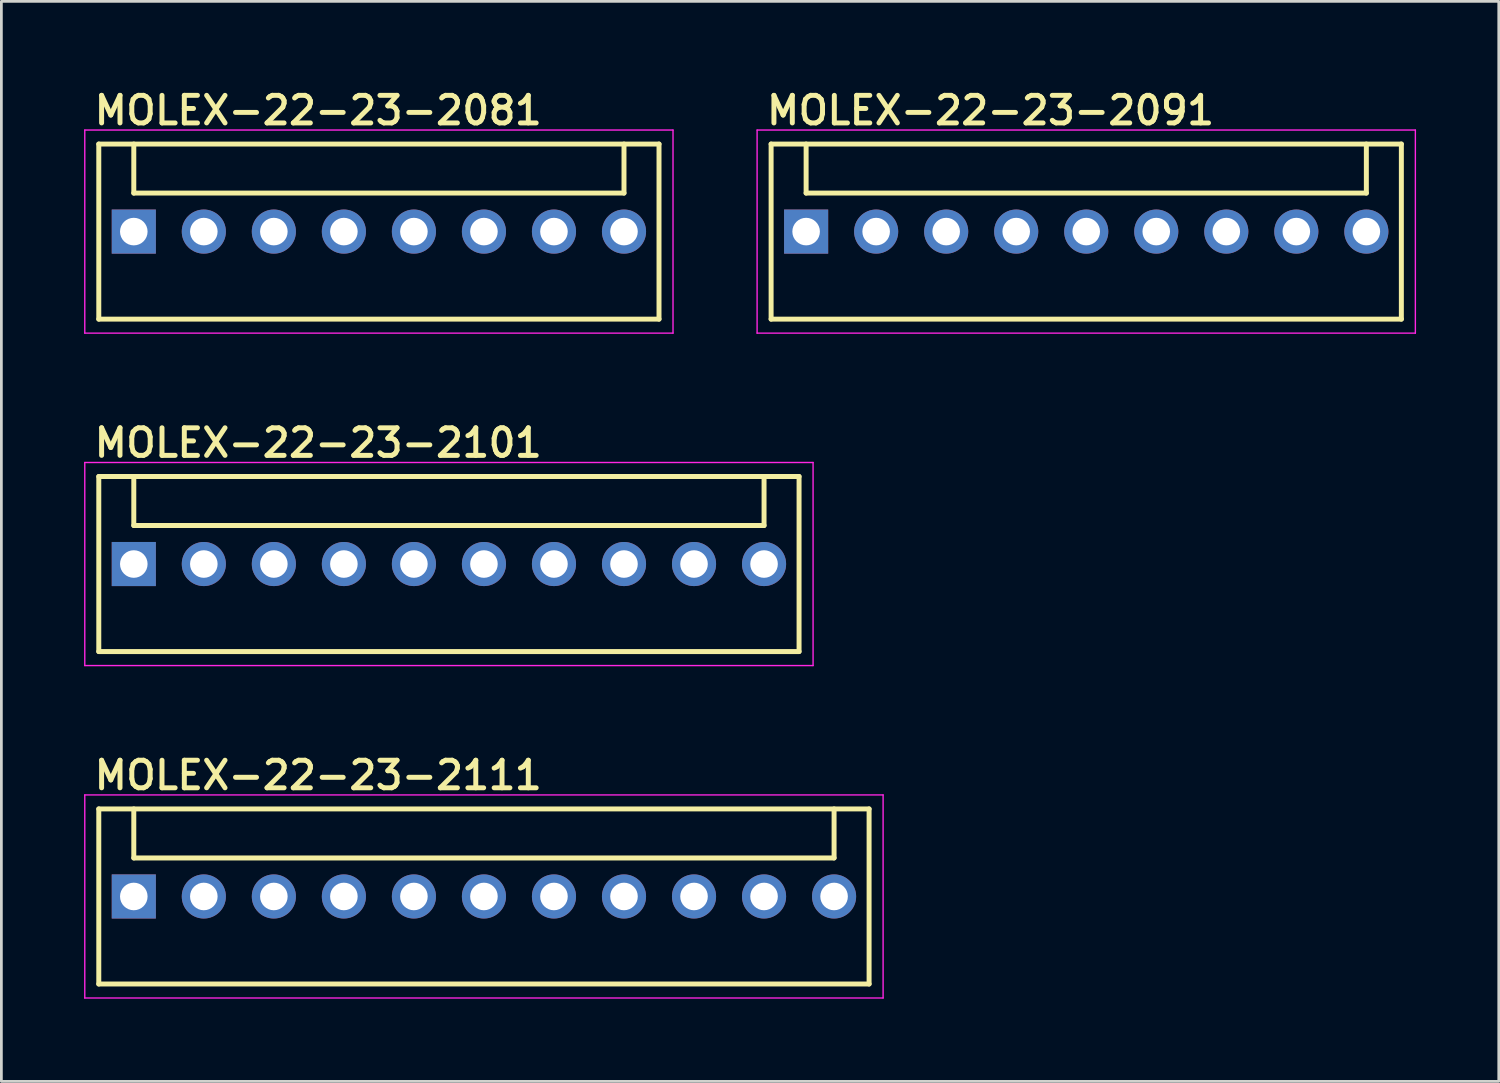
<source format=kicad_pcb>
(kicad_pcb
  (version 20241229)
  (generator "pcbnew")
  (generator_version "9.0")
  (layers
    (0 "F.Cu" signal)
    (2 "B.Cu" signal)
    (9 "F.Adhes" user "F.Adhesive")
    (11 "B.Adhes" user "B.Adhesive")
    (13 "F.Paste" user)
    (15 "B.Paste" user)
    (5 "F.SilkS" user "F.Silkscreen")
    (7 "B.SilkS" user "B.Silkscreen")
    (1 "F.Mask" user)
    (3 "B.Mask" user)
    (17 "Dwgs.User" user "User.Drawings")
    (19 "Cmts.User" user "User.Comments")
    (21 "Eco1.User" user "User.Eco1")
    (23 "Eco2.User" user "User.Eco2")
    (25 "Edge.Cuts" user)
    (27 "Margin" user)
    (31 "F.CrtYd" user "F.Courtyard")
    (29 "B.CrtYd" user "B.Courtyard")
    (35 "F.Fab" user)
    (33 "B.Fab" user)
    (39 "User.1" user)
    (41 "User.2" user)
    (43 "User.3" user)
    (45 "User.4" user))
  (footprint "MOLEX-22-23-2111"
    (layer "F.Cu")
    (at 14.503 29.466)
    (property "Reference" "MOLEX-22-23-2111" (at -14.224 -3.81 0) (layer "F.SilkS") (effects (font (size 1 1) (thickness 0.18)) (justify left bottom)))
    (attr through_hole)
    (fp_line (start -13.97 -3.175) (end 13.97 -3.175) (stroke (width 0.18) (type solid)) (layer "F.SilkS"))
    (fp_line (start -13.97 3.175) (end -13.97 -3.175) (stroke (width 0.18) (type solid)) (layer "F.SilkS"))
    (fp_line (start -12.7 -1.397) (end -12.7 -3.175) (stroke (width 0.18) (type solid)) (layer "F.SilkS"))
    (fp_line (start -12.7 -1.397) (end 12.7 -1.397) (stroke (width 0.18) (type solid)) (layer "F.SilkS"))
    (fp_line (start 12.7 -1.397) (end 12.7 -3.175) (stroke (width 0.18) (type solid)) (layer "F.SilkS"))
    (fp_line (start 13.97 -3.175) (end 13.97 3.175) (stroke (width 0.18) (type solid)) (layer "F.SilkS"))
    (fp_line (start 13.97 3.175) (end -13.97 3.175) (stroke (width 0.18) (type solid)) (layer "F.SilkS"))
    (fp_line (start -14.478 -3.683) (end 14.478 -3.683) (stroke (width 0.05) (type solid)) (layer "F.CrtYd"))
    (fp_line (start -14.478 3.683) (end -14.478 -3.683) (stroke (width 0.05) (type solid)) (layer "F.CrtYd"))
    (fp_line (start 14.478 -3.683) (end 14.478 3.683) (stroke (width 0.05) (type solid)) (layer "F.CrtYd"))
    (fp_line (start 14.478 3.683) (end -14.478 3.683) (stroke (width 0.05) (type solid)) (layer "F.CrtYd"))
    (pad "1" thru_hole rect (at -12.7 0) (size 1.6 1.6) (drill 1) (layers "*.Cu" "*.Mask"))
    (pad "2" thru_hole circle (at -10.16 0 90) (size 1.6 1.6) (drill 1) (layers "*.Cu" "*.Mask"))
    (pad "3" thru_hole circle (at -7.62 0 90) (size 1.6 1.6) (drill 1) (layers "*.Cu" "*.Mask"))
    (pad "4" thru_hole circle (at -5.08 0 90) (size 1.6 1.6) (drill 1) (layers "*.Cu" "*.Mask"))
    (pad "5" thru_hole circle (at -2.54 0 90) (size 1.6 1.6) (drill 1) (layers "*.Cu" "*.Mask"))
    (pad "6" thru_hole circle (at 0 0 90) (size 1.6 1.6) (drill 1) (layers "*.Cu" "*.Mask"))
    (pad "7" thru_hole circle (at 2.54 0 90) (size 1.6 1.6) (drill 1) (layers "*.Cu" "*.Mask"))
    (pad "8" thru_hole circle (at 5.08 0 90) (size 1.6 1.6) (drill 1) (layers "*.Cu" "*.Mask"))
    (pad "9" thru_hole circle (at 7.62 0 90) (size 1.6 1.6) (drill 1) (layers "*.Cu" "*.Mask"))
    (pad "10" thru_hole circle (at 10.16 0 90) (size 1.6 1.6) (drill 1) (layers "*.Cu" "*.Mask"))
    (pad "11" thru_hole circle (at 12.7 0 90) (size 1.6 1.6) (drill 1) (layers "*.Cu" "*.Mask")))
  (footprint "MOLEX-22-23-2081"
    (layer "F.Cu")
    (at 10.693 5.35)
    (property "Reference" "MOLEX-22-23-2081" (at -10.414 -3.81 0) (layer "F.SilkS") (effects (font (size 1 1) (thickness 0.18)) (justify left bottom)))
    (attr through_hole)
    (fp_line (start -10.16 3.175) (end -10.16 -3.175) (stroke (width 0.18) (type solid)) (layer "F.SilkS"))
    (fp_line (start -8.89 -1.397) (end -8.89 -3.175) (stroke (width 0.18) (type solid)) (layer "F.SilkS"))
    (fp_line (start -8.89 -1.397) (end 8.89 -1.397) (stroke (width 0.18) (type solid)) (layer "F.SilkS"))
    (fp_line (start 8.89 -1.397) (end 8.89 -3.175) (stroke (width 0.18) (type solid)) (layer "F.SilkS"))
    (fp_line (start 10.16 -3.175) (end -10.16 -3.175) (stroke (width 0.18) (type solid)) (layer "F.SilkS"))
    (fp_line (start 10.16 -3.175) (end 10.16 3.175) (stroke (width 0.18) (type solid)) (layer "F.SilkS"))
    (fp_line (start 10.16 3.175) (end -10.16 3.175) (stroke (width 0.18) (type solid)) (layer "F.SilkS"))
    (fp_line (start -10.668 -3.683) (end 10.668 -3.683) (stroke (width 0.05) (type solid)) (layer "F.CrtYd"))
    (fp_line (start -10.668 3.683) (end -10.668 -3.683) (stroke (width 0.05) (type solid)) (layer "F.CrtYd"))
    (fp_line (start 10.668 -3.683) (end 10.668 3.683) (stroke (width 0.05) (type solid)) (layer "F.CrtYd"))
    (fp_line (start 10.668 3.683) (end -10.668 3.683) (stroke (width 0.05) (type solid)) (layer "F.CrtYd"))
    (pad "1" thru_hole rect (at -8.89 0) (size 1.6 1.6) (drill 1) (layers "*.Cu" "*.Mask"))
    (pad "2" thru_hole circle (at -6.35 0 90) (size 1.6 1.6) (drill 1) (layers "*.Cu" "*.Mask"))
    (pad "3" thru_hole circle (at -3.81 0 90) (size 1.6 1.6) (drill 1) (layers "*.Cu" "*.Mask"))
    (pad "4" thru_hole circle (at -1.27 0 90) (size 1.6 1.6) (drill 1) (layers "*.Cu" "*.Mask"))
    (pad "5" thru_hole circle (at 1.27 0 90) (size 1.6 1.6) (drill 1) (layers "*.Cu" "*.Mask"))
    (pad "6" thru_hole circle (at 3.81 0 90) (size 1.6 1.6) (drill 1) (layers "*.Cu" "*.Mask"))
    (pad "7" thru_hole circle (at 6.35 0 90) (size 1.6 1.6) (drill 1) (layers "*.Cu" "*.Mask"))
    (pad "8" thru_hole circle (at 8.89 0 90) (size 1.6 1.6) (drill 1) (layers "*.Cu" "*.Mask")))
  (footprint "MOLEX-22-23-2091"
    (layer "F.Cu")
    (at 36.349 5.35)
    (property "Reference" "MOLEX-22-23-2091" (at -11.684 -3.81 0) (layer "F.SilkS") (effects (font (size 1 1) (thickness 0.18)) (justify left bottom)))
    (attr through_hole)
    (fp_line (start -11.43 -3.175) (end 11.43 -3.175) (stroke (width 0.18) (type solid)) (layer "F.SilkS"))
    (fp_line (start -11.43 3.175) (end -11.43 -3.175) (stroke (width 0.18) (type solid)) (layer "F.SilkS"))
    (fp_line (start -10.16 -1.397) (end -10.16 -3.175) (stroke (width 0.18) (type solid)) (layer "F.SilkS"))
    (fp_line (start -10.16 -1.397) (end 10.16 -1.397) (stroke (width 0.18) (type solid)) (layer "F.SilkS"))
    (fp_line (start 10.16 -1.397) (end 10.16 -3.175) (stroke (width 0.18) (type solid)) (layer "F.SilkS"))
    (fp_line (start 11.43 -3.175) (end 11.43 3.175) (stroke (width 0.18) (type solid)) (layer "F.SilkS"))
    (fp_line (start 11.43 3.175) (end -11.43 3.175) (stroke (width 0.18) (type solid)) (layer "F.SilkS"))
    (fp_line (start -11.938 -3.683) (end 11.938 -3.683) (stroke (width 0.05) (type solid)) (layer "F.CrtYd"))
    (fp_line (start -11.938 3.683) (end -11.938 -3.683) (stroke (width 0.05) (type solid)) (layer "F.CrtYd"))
    (fp_line (start 11.938 -3.683) (end 11.938 3.683) (stroke (width 0.05) (type solid)) (layer "F.CrtYd"))
    (fp_line (start 11.938 3.683) (end -11.938 3.683) (stroke (width 0.05) (type solid)) (layer "F.CrtYd"))
    (pad "1" thru_hole rect (at -10.16 0) (size 1.6 1.6) (drill 1) (layers "*.Cu" "*.Mask"))
    (pad "2" thru_hole circle (at -7.62 0 90) (size 1.6 1.6) (drill 1) (layers "*.Cu" "*.Mask"))
    (pad "3" thru_hole circle (at -5.08 0 90) (size 1.6 1.6) (drill 1) (layers "*.Cu" "*.Mask"))
    (pad "4" thru_hole circle (at -2.54 0 90) (size 1.6 1.6) (drill 1) (layers "*.Cu" "*.Mask"))
    (pad "5" thru_hole circle (at 0 0 90) (size 1.6 1.6) (drill 1) (layers "*.Cu" "*.Mask"))
    (pad "6" thru_hole circle (at 2.54 0 90) (size 1.6 1.6) (drill 1) (layers "*.Cu" "*.Mask"))
    (pad "7" thru_hole circle (at 5.08 0 90) (size 1.6 1.6) (drill 1) (layers "*.Cu" "*.Mask"))
    (pad "8" thru_hole circle (at 7.62 0 90) (size 1.6 1.6) (drill 1) (layers "*.Cu" "*.Mask"))
    (pad "9" thru_hole circle (at 10.16 0 90) (size 1.6 1.6) (drill 1) (layers "*.Cu" "*.Mask")))
  (footprint "MOLEX-22-23-2101"
    (layer "F.Cu")
    (at 13.233 17.408)
    (property "Reference" "MOLEX-22-23-2101" (at -12.954 -3.81 0) (layer "F.SilkS") (effects (font (size 1 1) (thickness 0.18)) (justify left bottom)))
    (attr through_hole)
    (fp_line (start -12.7 3.175) (end -12.7 -3.175) (stroke (width 0.18) (type solid)) (layer "F.SilkS"))
    (fp_line (start -11.43 -1.397) (end -11.43 -3.175) (stroke (width 0.18) (type solid)) (layer "F.SilkS"))
    (fp_line (start -11.43 -1.397) (end 11.43 -1.397) (stroke (width 0.18) (type solid)) (layer "F.SilkS"))
    (fp_line (start 11.43 -1.397) (end 11.43 -3.175) (stroke (width 0.18) (type solid)) (layer "F.SilkS"))
    (fp_line (start 12.7 -3.175) (end -12.7 -3.175) (stroke (width 0.18) (type solid)) (layer "F.SilkS"))
    (fp_line (start 12.7 -3.175) (end 12.7 3.175) (stroke (width 0.18) (type solid)) (layer "F.SilkS"))
    (fp_line (start 12.7 3.175) (end -12.7 3.175) (stroke (width 0.18) (type solid)) (layer "F.SilkS"))
    (fp_line (start -13.208 -3.683) (end 13.208 -3.683) (stroke (width 0.05) (type solid)) (layer "F.CrtYd"))
    (fp_line (start -13.208 3.683) (end -13.208 -3.683) (stroke (width 0.05) (type solid)) (layer "F.CrtYd"))
    (fp_line (start 13.208 -3.683) (end 13.208 3.683) (stroke (width 0.05) (type solid)) (layer "F.CrtYd"))
    (fp_line (start 13.208 3.683) (end -13.208 3.683) (stroke (width 0.05) (type solid)) (layer "F.CrtYd"))
    (pad "1" thru_hole rect (at -11.43 0) (size 1.6 1.6) (drill 1) (layers "*.Cu" "*.Mask"))
    (pad "2" thru_hole circle (at -8.89 0 90) (size 1.6 1.6) (drill 1) (layers "*.Cu" "*.Mask"))
    (pad "3" thru_hole circle (at -6.35 0 90) (size 1.6 1.6) (drill 1) (layers "*.Cu" "*.Mask"))
    (pad "4" thru_hole circle (at -3.81 0 90) (size 1.6 1.6) (drill 1) (layers "*.Cu" "*.Mask"))
    (pad "5" thru_hole circle (at -1.27 0 90) (size 1.6 1.6) (drill 1) (layers "*.Cu" "*.Mask"))
    (pad "6" thru_hole circle (at 1.27 0 90) (size 1.6 1.6) (drill 1) (layers "*.Cu" "*.Mask"))
    (pad "7" thru_hole circle (at 3.81 0 90) (size 1.6 1.6) (drill 1) (layers "*.Cu" "*.Mask"))
    (pad "8" thru_hole circle (at 6.35 0 90) (size 1.6 1.6) (drill 1) (layers "*.Cu" "*.Mask"))
    (pad "9" thru_hole circle (at 8.89 0 90) (size 1.6 1.6) (drill 1) (layers "*.Cu" "*.Mask"))
    (pad "10" thru_hole circle (at 11.43 0 90) (size 1.6 1.6) (drill 1) (layers "*.Cu" "*.Mask")))
  (gr_rect
    (start -3 -3)
    (end 51.312 36.174)
    (stroke (width 0.1) (type default))
    (fill no)
    (layer "Edge.Cuts")))
</source>
